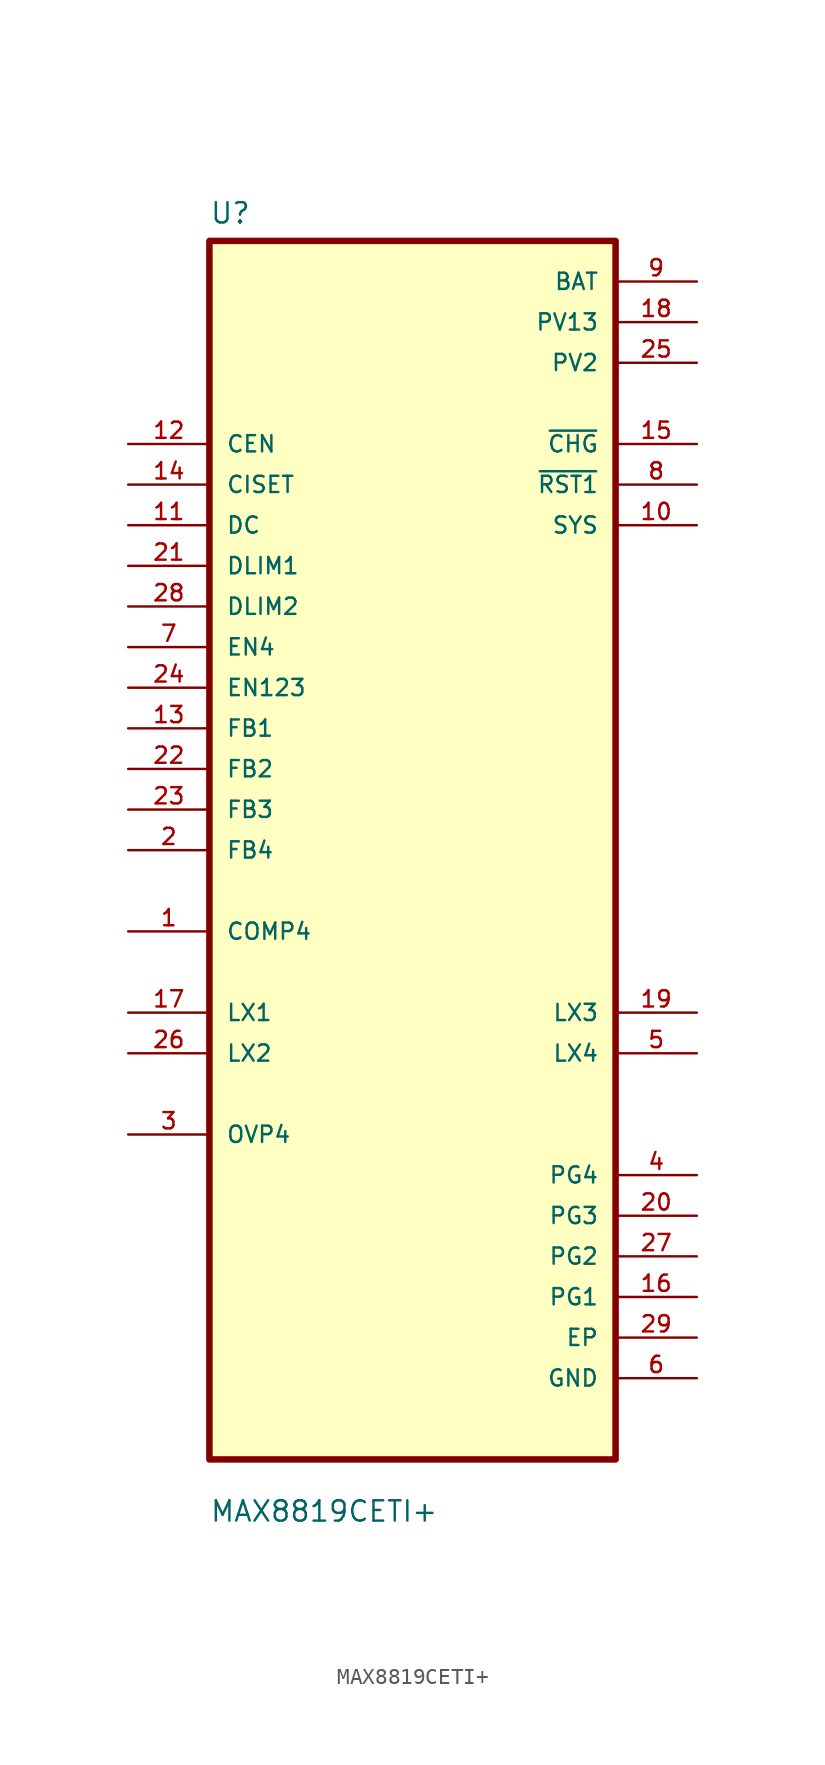
<source format=kicad_sym>
(kicad_symbol_lib
  (version 20211014)
  (generator kicad_symbol_editor)
  (symbol "MAX8819CETI+"
    (pin_names
      (offset 1.016))
    (property "Reference" "U"
      (at -12.7 39.091 0)
      (effects (font (size 1.27 1.27)) (justify left bottom)))
    (property "Value" "MAX8819CETI+"
      (at -12.7 -42.088 0)
      (effects (font (size 1.27 1.27)) (justify left bottom)))
    (property "ki_locked" ""
      (at 0 0 0)
      (effects (font (size 1.27 1.27))))
    (symbol "MAX8819CETI+_0_0"
      (rectangle (start -12.7 -38.1) (end 12.7 38.1) (stroke (width 0.406) (type default) (color 0 0 0 0)) (fill (type background)))
      (pin passive line (at -17.78 -5.08 0) (length 5.08) (name "COMP4" (effects (font (size 1.016 1.016)))) (number "1" (effects (font (size 1.016 1.016)))))
      (pin output line (at 17.78 20.32 180) (length 5.08) (name "SYS" (effects (font (size 1.016 1.016)))) (number "10" (effects (font (size 1.016 1.016)))))
      (pin input line (at -17.78 20.32 0) (length 5.08) (name "DC" (effects (font (size 1.016 1.016)))) (number "11" (effects (font (size 1.016 1.016)))))
      (pin input line (at -17.78 25.4 0) (length 5.08) (name "CEN" (effects (font (size 1.016 1.016)))) (number "12" (effects (font (size 1.016 1.016)))))
      (pin input line (at -17.78 7.62 0) (length 5.08) (name "FB1" (effects (font (size 1.016 1.016)))) (number "13" (effects (font (size 1.016 1.016)))))
      (pin input line (at -17.78 22.86 0) (length 5.08) (name "CISET" (effects (font (size 1.016 1.016)))) (number "14" (effects (font (size 1.016 1.016)))))
      (pin output line (at 17.78 25.4 180) (length 5.08) (name "~{CHG}" (effects (font (size 1.016 1.016)))) (number "15" (effects (font (size 1.016 1.016)))))
      (pin power_in line (at 17.78 -27.94 180) (length 5.08) (name "PG1" (effects (font (size 1.016 1.016)))) (number "16" (effects (font (size 1.016 1.016)))))
      (pin passive line (at -17.78 -10.16 0) (length 5.08) (name "LX1" (effects (font (size 1.016 1.016)))) (number "17" (effects (font (size 1.016 1.016)))))
      (pin power_in line (at 17.78 33.02 180) (length 5.08) (name "PV13" (effects (font (size 1.016 1.016)))) (number "18" (effects (font (size 1.016 1.016)))))
      (pin passive line (at 17.78 -10.16 180) (length 5.08) (name "LX3" (effects (font (size 1.016 1.016)))) (number "19" (effects (font (size 1.016 1.016)))))
      (pin input line (at -17.78 0 0) (length 5.08) (name "FB4" (effects (font (size 1.016 1.016)))) (number "2" (effects (font (size 1.016 1.016)))))
      (pin power_in line (at 17.78 -22.86 180) (length 5.08) (name "PG3" (effects (font (size 1.016 1.016)))) (number "20" (effects (font (size 1.016 1.016)))))
      (pin input line (at -17.78 17.78 0) (length 5.08) (name "DLIM1" (effects (font (size 1.016 1.016)))) (number "21" (effects (font (size 1.016 1.016)))))
      (pin input line (at -17.78 5.08 0) (length 5.08) (name "FB2" (effects (font (size 1.016 1.016)))) (number "22" (effects (font (size 1.016 1.016)))))
      (pin input line (at -17.78 2.54 0) (length 5.08) (name "FB3" (effects (font (size 1.016 1.016)))) (number "23" (effects (font (size 1.016 1.016)))))
      (pin input line (at -17.78 10.16 0) (length 5.08) (name "EN123" (effects (font (size 1.016 1.016)))) (number "24" (effects (font (size 1.016 1.016)))))
      (pin power_in line (at 17.78 30.48 180) (length 5.08) (name "PV2" (effects (font (size 1.016 1.016)))) (number "25" (effects (font (size 1.016 1.016)))))
      (pin passive line (at -17.78 -12.7 0) (length 5.08) (name "LX2" (effects (font (size 1.016 1.016)))) (number "26" (effects (font (size 1.016 1.016)))))
      (pin power_in line (at 17.78 -25.4 180) (length 5.08) (name "PG2" (effects (font (size 1.016 1.016)))) (number "27" (effects (font (size 1.016 1.016)))))
      (pin input line (at -17.78 15.24 0) (length 5.08) (name "DLIM2" (effects (font (size 1.016 1.016)))) (number "28" (effects (font (size 1.016 1.016)))))
      (pin power_in line (at 17.78 -30.48 180) (length 5.08) (name "EP" (effects (font (size 1.016 1.016)))) (number "29" (effects (font (size 1.016 1.016)))))
      (pin passive line (at -17.78 -17.78 0) (length 5.08) (name "OVP4" (effects (font (size 1.016 1.016)))) (number "3" (effects (font (size 1.016 1.016)))))
      (pin power_in line (at 17.78 -20.32 180) (length 5.08) (name "PG4" (effects (font (size 1.016 1.016)))) (number "4" (effects (font (size 1.016 1.016)))))
      (pin passive line (at 17.78 -12.7 180) (length 5.08) (name "LX4" (effects (font (size 1.016 1.016)))) (number "5" (effects (font (size 1.016 1.016)))))
      (pin power_in line (at 17.78 -33.02 180) (length 5.08) (name "GND" (effects (font (size 1.016 1.016)))) (number "6" (effects (font (size 1.016 1.016)))))
      (pin input line (at -17.78 12.7 0) (length 5.08) (name "EN4" (effects (font (size 1.016 1.016)))) (number "7" (effects (font (size 1.016 1.016)))))
      (pin output line (at 17.78 22.86 180) (length 5.08) (name "~{RST1}" (effects (font (size 1.016 1.016)))) (number "8" (effects (font (size 1.016 1.016)))))
      (pin power_in line (at 17.78 35.56 180) (length 5.08) (name "BAT" (effects (font (size 1.016 1.016)))) (number "9" (effects (font (size 1.016 1.016))))))))
</source>
